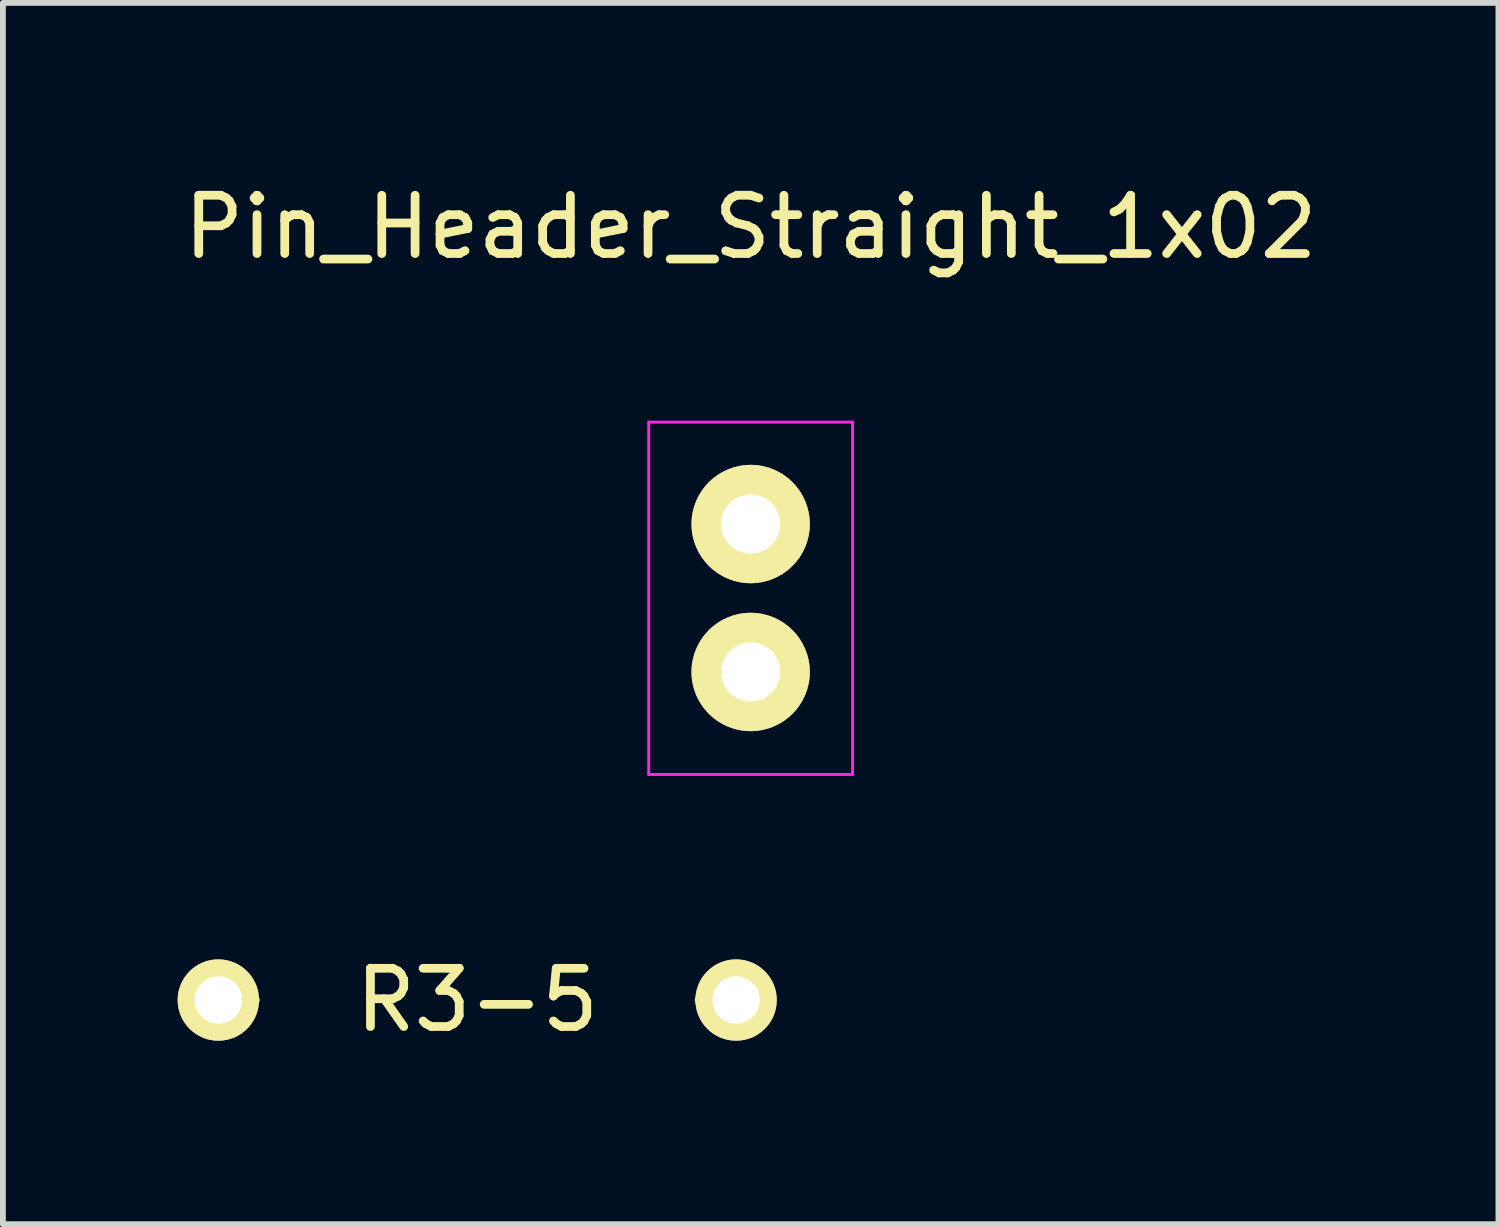
<source format=kicad_pcb>
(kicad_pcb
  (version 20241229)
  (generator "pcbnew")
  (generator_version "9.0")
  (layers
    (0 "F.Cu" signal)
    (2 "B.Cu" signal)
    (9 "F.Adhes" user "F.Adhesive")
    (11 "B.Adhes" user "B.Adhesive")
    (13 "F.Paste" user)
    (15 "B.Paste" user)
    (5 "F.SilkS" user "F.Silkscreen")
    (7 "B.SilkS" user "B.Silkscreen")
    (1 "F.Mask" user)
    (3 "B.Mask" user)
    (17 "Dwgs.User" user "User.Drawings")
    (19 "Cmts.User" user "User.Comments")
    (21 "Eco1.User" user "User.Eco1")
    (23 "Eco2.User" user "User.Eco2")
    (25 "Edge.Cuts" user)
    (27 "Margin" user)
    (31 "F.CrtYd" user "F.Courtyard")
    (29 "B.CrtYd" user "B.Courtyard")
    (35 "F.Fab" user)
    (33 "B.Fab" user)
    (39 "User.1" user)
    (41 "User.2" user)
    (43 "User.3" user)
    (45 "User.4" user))
  (footprint "R3-5"
    (layer "F.Cu")
    (at 5.144 14.121)
    (property "Reference" "R3-5" (at 0 0 0) (layer "F.SilkS") (effects (font (size 1 1) (thickness 0.15))))
    (attr through_hole)
    (fp_line (start -4.445 0) (end -3.81 0) (stroke (width 0.15) (type solid)) (layer "F.SilkS"))
    (fp_line (start 3.81 0) (end 4.445 0) (stroke (width 0.15) (type solid)) (layer "F.SilkS"))
    (pad "1" thru_hole circle (at -4.445 0) (size 1.397 1.397) (drill 0.813) (layers "*.Cu" "*.Mask" "F.SilkS"))
    (pad "2" thru_hole circle (at 4.445 0) (size 1.397 1.397) (drill 0.813) (layers "*.Cu" "*.Mask" "F.SilkS")))
  (footprint "Pin_Header_Straight_1x02"
    (layer "F.Cu")
    (at 9.839 5.948)
    (property "Reference" "Pin_Header_Straight_1x02" (at 0 -5.1 0) (layer "F.SilkS") (effects (font (size 1 1) (thickness 0.15))))
    (attr through_hole)
    (fp_line (start -1.75 -1.75) (end -1.75 4.3) (stroke (width 0.05) (type solid)) (layer "F.CrtYd"))
    (fp_line (start -1.75 -1.75) (end 1.75 -1.75) (stroke (width 0.05) (type solid)) (layer "F.CrtYd"))
    (fp_line (start -1.75 4.3) (end 1.75 4.3) (stroke (width 0.05) (type solid)) (layer "F.CrtYd"))
    (fp_line (start 1.75 -1.75) (end 1.75 4.3) (stroke (width 0.05) (type solid)) (layer "F.CrtYd"))
    (pad "1" thru_hole circle (at 0 0) (size 2.032 2.032) (drill 1.016) (layers "*.Cu" "*.Mask" "F.SilkS"))
    (pad "2" thru_hole oval (at 0 2.54) (size 2.032 2.032) (drill 1.016) (layers "*.Cu" "*.Mask" "F.SilkS")))
  (gr_rect
    (start -3 -3)
    (end 22.679 17.97)
    (stroke (width 0.1) (type default))
    (fill no)
    (layer "Edge.Cuts")))
</source>
